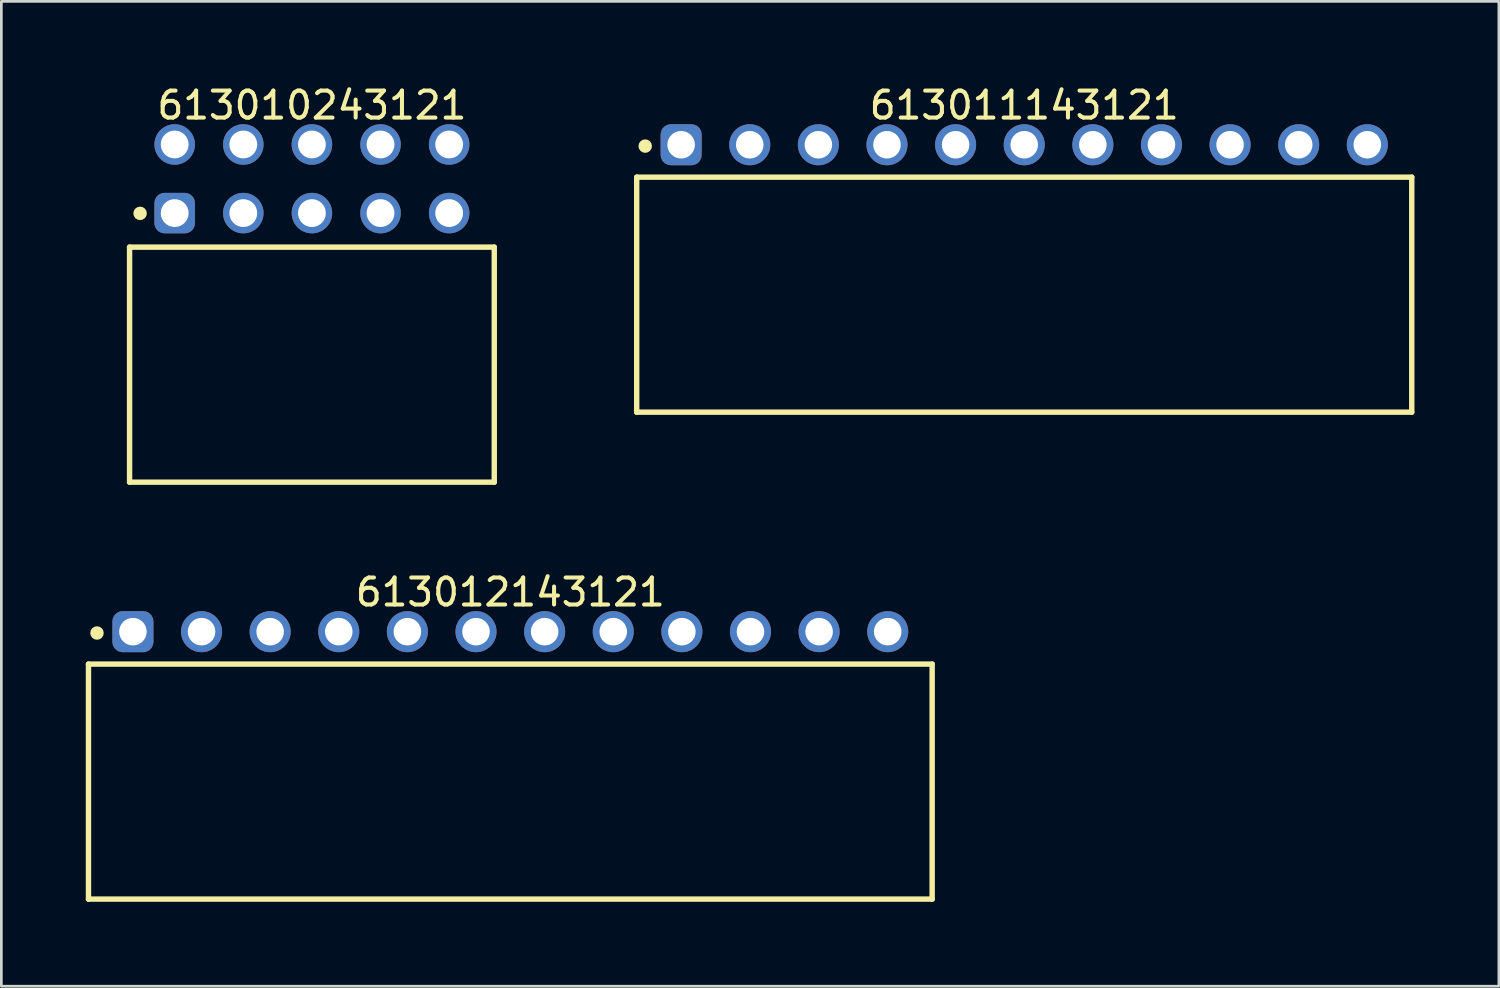
<source format=kicad_pcb>
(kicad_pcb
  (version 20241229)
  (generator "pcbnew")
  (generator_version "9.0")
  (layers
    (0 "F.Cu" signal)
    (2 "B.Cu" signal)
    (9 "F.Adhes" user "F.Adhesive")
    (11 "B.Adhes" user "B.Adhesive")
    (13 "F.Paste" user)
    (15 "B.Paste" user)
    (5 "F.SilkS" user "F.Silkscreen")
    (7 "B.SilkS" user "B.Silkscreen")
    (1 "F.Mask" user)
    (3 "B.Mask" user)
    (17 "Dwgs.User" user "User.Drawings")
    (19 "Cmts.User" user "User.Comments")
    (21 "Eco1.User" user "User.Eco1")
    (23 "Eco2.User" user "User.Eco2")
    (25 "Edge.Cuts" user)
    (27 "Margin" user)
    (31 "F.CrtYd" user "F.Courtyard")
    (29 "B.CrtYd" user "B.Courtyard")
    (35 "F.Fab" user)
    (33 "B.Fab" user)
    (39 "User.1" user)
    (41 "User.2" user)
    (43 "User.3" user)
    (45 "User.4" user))
  (footprint "613012143121"
    (layer "F.Cu")
    (at 15.84 25.882)
    (property "Reference" "613012143121" (at 0 -7.01 0) (layer "F.SilkS") (effects (font (size 1 1) (thickness 0.15))))
    (fp_line (start -15.615 -4.35) (end 15.615 -4.35) (stroke (width 0.2) (type solid)) (layer "F.SilkS"))
    (fp_line (start -15.615 4.35) (end -15.615 -4.35) (stroke (width 0.2) (type solid)) (layer "F.SilkS"))
    (fp_line (start -15.615 4.35) (end 15.615 4.35) (stroke (width 0.2) (type solid)) (layer "F.SilkS"))
    (fp_line (start 15.615 4.35) (end 15.615 -4.35) (stroke (width 0.2) (type solid)) (layer "F.SilkS"))
    (fp_circle (center -15.3 -5.5) (end -15.3 -5.625) (stroke (width 0.25) (type solid)) (fill no) (layer "F.SilkS"))
    (fp_line (start -15.815 -6.51) (end 15.815 -6.51) (stroke (width 0.05) (type solid)) (layer "Eco2.User"))
    (fp_line (start -15.815 4.55) (end -15.815 -6.51) (stroke (width 0.05) (type solid)) (layer "Eco2.User"))
    (fp_line (start -15.815 4.55) (end 15.815 4.55) (stroke (width 0.05) (type solid)) (layer "Eco2.User"))
    (fp_line (start -15.49 -4.25) (end 15.49 -4.25) (stroke (width 0.1) (type solid)) (layer "Eco2.User"))
    (fp_line (start -15.49 4.25) (end -15.49 -4.25) (stroke (width 0.1) (type solid)) (layer "Eco2.User"))
    (fp_line (start -15.49 4.25) (end 15.49 4.25) (stroke (width 0.1) (type solid)) (layer "Eco2.User"))
    (fp_line (start -14.34 -5.75) (end -13.6 -5.75) (stroke (width 0.1) (type solid)) (layer "Eco2.User"))
    (fp_line (start -14.34 -4.25) (end -14.34 -5.75) (stroke (width 0.1) (type solid)) (layer "Eco2.User"))
    (fp_line (start -13.6 -4.25) (end -13.6 -5.75) (stroke (width 0.1) (type solid)) (layer "Eco2.User"))
    (fp_line (start -11.8 -5.75) (end -11.06 -5.75) (stroke (width 0.1) (type solid)) (layer "Eco2.User"))
    (fp_line (start -11.8 -4.25) (end -11.8 -5.75) (stroke (width 0.1) (type solid)) (layer "Eco2.User"))
    (fp_line (start -11.06 -4.25) (end -11.06 -5.75) (stroke (width 0.1) (type solid)) (layer "Eco2.User"))
    (fp_line (start -9.26 -5.75) (end -8.52 -5.75) (stroke (width 0.1) (type solid)) (layer "Eco2.User"))
    (fp_line (start -9.26 -4.25) (end -9.26 -5.75) (stroke (width 0.1) (type solid)) (layer "Eco2.User"))
    (fp_line (start -8.52 -4.25) (end -8.52 -5.75) (stroke (width 0.1) (type solid)) (layer "Eco2.User"))
    (fp_line (start -6.72 -5.75) (end -5.98 -5.75) (stroke (width 0.1) (type solid)) (layer "Eco2.User"))
    (fp_line (start -6.72 -4.25) (end -6.72 -5.75) (stroke (width 0.1) (type solid)) (layer "Eco2.User"))
    (fp_line (start -5.98 -4.25) (end -5.98 -5.75) (stroke (width 0.1) (type solid)) (layer "Eco2.User"))
    (fp_line (start -4.18 -5.75) (end -3.44 -5.75) (stroke (width 0.1) (type solid)) (layer "Eco2.User"))
    (fp_line (start -4.18 -4.25) (end -4.18 -5.75) (stroke (width 0.1) (type solid)) (layer "Eco2.User"))
    (fp_line (start -3.44 -4.25) (end -3.44 -5.75) (stroke (width 0.1) (type solid)) (layer "Eco2.User"))
    (fp_line (start -1.64 -5.75) (end -0.9 -5.75) (stroke (width 0.1) (type solid)) (layer "Eco2.User"))
    (fp_line (start -1.64 -4.25) (end -1.64 -5.75) (stroke (width 0.1) (type solid)) (layer "Eco2.User"))
    (fp_line (start -0.9 -4.25) (end -0.9 -5.75) (stroke (width 0.1) (type solid)) (layer "Eco2.User"))
    (fp_line (start -0.5 0) (end 0.5 0) (stroke (width 0.05) (type solid)) (layer "Eco2.User"))
    (fp_line (start 0 0.5) (end 0 -0.5) (stroke (width 0.05) (type solid)) (layer "Eco2.User"))
    (fp_line (start 0.9 -5.75) (end 1.64 -5.75) (stroke (width 0.1) (type solid)) (layer "Eco2.User"))
    (fp_line (start 0.9 -4.25) (end 0.9 -5.75) (stroke (width 0.1) (type solid)) (layer "Eco2.User"))
    (fp_line (start 1.64 -4.25) (end 1.64 -5.75) (stroke (width 0.1) (type solid)) (layer "Eco2.User"))
    (fp_line (start 3.44 -5.75) (end 4.18 -5.75) (stroke (width 0.1) (type solid)) (layer "Eco2.User"))
    (fp_line (start 3.44 -4.25) (end 3.44 -5.75) (stroke (width 0.1) (type solid)) (layer "Eco2.User"))
    (fp_line (start 4.18 -4.25) (end 4.18 -5.75) (stroke (width 0.1) (type solid)) (layer "Eco2.User"))
    (fp_line (start 5.98 -5.75) (end 6.72 -5.75) (stroke (width 0.1) (type solid)) (layer "Eco2.User"))
    (fp_line (start 5.98 -4.25) (end 5.98 -5.75) (stroke (width 0.1) (type solid)) (layer "Eco2.User"))
    (fp_line (start 6.72 -4.25) (end 6.72 -5.75) (stroke (width 0.1) (type solid)) (layer "Eco2.User"))
    (fp_line (start 8.52 -5.75) (end 9.26 -5.75) (stroke (width 0.1) (type solid)) (layer "Eco2.User"))
    (fp_line (start 8.52 -4.25) (end 8.52 -5.75) (stroke (width 0.1) (type solid)) (layer "Eco2.User"))
    (fp_line (start 9.26 -4.25) (end 9.26 -5.75) (stroke (width 0.1) (type solid)) (layer "Eco2.User"))
    (fp_line (start 11.06 -5.75) (end 11.8 -5.75) (stroke (width 0.1) (type solid)) (layer "Eco2.User"))
    (fp_line (start 11.06 -4.25) (end 11.06 -5.75) (stroke (width 0.1) (type solid)) (layer "Eco2.User"))
    (fp_line (start 11.8 -4.25) (end 11.8 -5.75) (stroke (width 0.1) (type solid)) (layer "Eco2.User"))
    (fp_line (start 13.6 -5.75) (end 14.34 -5.75) (stroke (width 0.1) (type solid)) (layer "Eco2.User"))
    (fp_line (start 13.6 -4.25) (end 13.6 -5.75) (stroke (width 0.1) (type solid)) (layer "Eco2.User"))
    (fp_line (start 14.34 -4.25) (end 14.34 -5.75) (stroke (width 0.1) (type solid)) (layer "Eco2.User"))
    (fp_line (start 15.49 4.25) (end 15.49 -4.25) (stroke (width 0.1) (type solid)) (layer "Eco2.User"))
    (fp_line (start 15.815 4.55) (end 15.815 -6.51) (stroke (width 0.05) (type solid)) (layer "Eco2.User"))
    (fp_text user "${REFERENCE}" (at 0.15 -0.197 0) (unlocked yes) (layer "User.3") (effects (font (size 1.5 1.5) (thickness 0.15))))
    (pad "1" thru_hole roundrect (at -13.97 -5.55) (size 1.52 1.52) (drill 1.02) (layers "*.Cu" "*.Mask") (roundrect_rratio 0.25))
    (pad "2" thru_hole circle (at -11.43 -5.55) (size 1.52 1.52) (drill 1.02) (layers "*.Cu" "*.Mask"))
    (pad "3" thru_hole circle (at -8.89 -5.55) (size 1.52 1.52) (drill 1.02) (layers "*.Cu" "*.Mask"))
    (pad "4" thru_hole circle (at -6.35 -5.55) (size 1.52 1.52) (drill 1.02) (layers "*.Cu" "*.Mask"))
    (pad "5" thru_hole circle (at -3.81 -5.55) (size 1.52 1.52) (drill 1.02) (layers "*.Cu" "*.Mask"))
    (pad "6" thru_hole circle (at -1.27 -5.55) (size 1.52 1.52) (drill 1.02) (layers "*.Cu" "*.Mask"))
    (pad "7" thru_hole circle (at 1.27 -5.55) (size 1.52 1.52) (drill 1.02) (layers "*.Cu" "*.Mask"))
    (pad "8" thru_hole circle (at 3.81 -5.55) (size 1.52 1.52) (drill 1.02) (layers "*.Cu" "*.Mask"))
    (pad "9" thru_hole circle (at 6.35 -5.55) (size 1.52 1.52) (drill 1.02) (layers "*.Cu" "*.Mask"))
    (pad "10" thru_hole circle (at 8.89 -5.55) (size 1.52 1.52) (drill 1.02) (layers "*.Cu" "*.Mask"))
    (pad "11" thru_hole circle (at 11.43 -5.55) (size 1.52 1.52) (drill 1.02) (layers "*.Cu" "*.Mask"))
    (pad "12" thru_hole circle (at 13.97 -5.55) (size 1.52 1.52) (drill 1.02) (layers "*.Cu" "*.Mask")))
  (footprint "613010243121"
    (layer "F.Cu")
    (at 8.496 10.448)
    (property "Reference" "613010243121" (at 0 -9.6 0) (layer "F.SilkS") (effects (font (size 1 1) (thickness 0.15))))
    (fp_line (start -6.75 -4.35) (end 6.75 -4.35) (stroke (width 0.2) (type solid)) (layer "F.SilkS"))
    (fp_line (start -6.75 4.35) (end -6.75 -4.35) (stroke (width 0.2) (type solid)) (layer "F.SilkS"))
    (fp_line (start -6.75 4.35) (end 6.75 4.35) (stroke (width 0.2) (type solid)) (layer "F.SilkS"))
    (fp_line (start 6.75 4.35) (end 6.75 -4.35) (stroke (width 0.2) (type solid)) (layer "F.SilkS"))
    (fp_circle (center -6.36 -5.6) (end -6.36 -5.725) (stroke (width 0.25) (type solid)) (fill no) (layer "F.SilkS"))
    (fp_line (start -6.95 -9.1) (end 6.95 -9.1) (stroke (width 0.05) (type solid)) (layer "Eco2.User"))
    (fp_line (start -6.95 4.55) (end -6.95 -9.1) (stroke (width 0.05) (type solid)) (layer "Eco2.User"))
    (fp_line (start -6.95 4.55) (end 6.95 4.55) (stroke (width 0.05) (type solid)) (layer "Eco2.User"))
    (fp_line (start -6.6 -4.25) (end 6.6 -4.25) (stroke (width 0.1) (type solid)) (layer "Eco2.User"))
    (fp_line (start -6.6 4.25) (end -6.6 -4.25) (stroke (width 0.1) (type solid)) (layer "Eco2.User"))
    (fp_line (start -6.6 4.25) (end 6.6 4.25) (stroke (width 0.1) (type solid)) (layer "Eco2.User"))
    (fp_line (start -5.45 -8.35) (end -4.71 -8.35) (stroke (width 0.1) (type solid)) (layer "Eco2.User"))
    (fp_line (start -5.45 -5.81) (end -4.71 -5.81) (stroke (width 0.1) (type solid)) (layer "Eco2.User"))
    (fp_line (start -5.45 -4.25) (end -5.45 -8.35) (stroke (width 0.1) (type solid)) (layer "Eco2.User"))
    (fp_line (start -4.71 -4.25) (end -4.71 -8.35) (stroke (width 0.1) (type solid)) (layer "Eco2.User"))
    (fp_line (start -2.91 -8.35) (end -2.17 -8.35) (stroke (width 0.1) (type solid)) (layer "Eco2.User"))
    (fp_line (start -2.91 -5.81) (end -2.17 -5.81) (stroke (width 0.1) (type solid)) (layer "Eco2.User"))
    (fp_line (start -2.91 -4.25) (end -2.91 -8.35) (stroke (width 0.1) (type solid)) (layer "Eco2.User"))
    (fp_line (start -2.17 -4.25) (end -2.17 -8.35) (stroke (width 0.1) (type solid)) (layer "Eco2.User"))
    (fp_line (start -0.5 0) (end 0.5 0) (stroke (width 0.05) (type solid)) (layer "Eco2.User"))
    (fp_line (start -0.37 -8.35) (end 0.37 -8.35) (stroke (width 0.1) (type solid)) (layer "Eco2.User"))
    (fp_line (start -0.37 -5.81) (end 0.37 -5.81) (stroke (width 0.1) (type solid)) (layer "Eco2.User"))
    (fp_line (start -0.37 -4.25) (end -0.37 -8.35) (stroke (width 0.1) (type solid)) (layer "Eco2.User"))
    (fp_line (start 0 0.5) (end 0 -0.5) (stroke (width 0.05) (type solid)) (layer "Eco2.User"))
    (fp_line (start 0.37 -4.25) (end 0.37 -8.35) (stroke (width 0.1) (type solid)) (layer "Eco2.User"))
    (fp_line (start 2.17 -8.35) (end 2.91 -8.35) (stroke (width 0.1) (type solid)) (layer "Eco2.User"))
    (fp_line (start 2.17 -5.81) (end 2.91 -5.81) (stroke (width 0.1) (type solid)) (layer "Eco2.User"))
    (fp_line (start 2.17 -4.25) (end 2.17 -8.35) (stroke (width 0.1) (type solid)) (layer "Eco2.User"))
    (fp_line (start 2.91 -4.25) (end 2.91 -8.35) (stroke (width 0.1) (type solid)) (layer "Eco2.User"))
    (fp_line (start 4.71 -8.35) (end 5.45 -8.35) (stroke (width 0.1) (type solid)) (layer "Eco2.User"))
    (fp_line (start 4.71 -5.81) (end 5.45 -5.81) (stroke (width 0.1) (type solid)) (layer "Eco2.User"))
    (fp_line (start 4.71 -4.25) (end 4.71 -8.35) (stroke (width 0.1) (type solid)) (layer "Eco2.User"))
    (fp_line (start 5.45 -4.25) (end 5.45 -8.35) (stroke (width 0.1) (type solid)) (layer "Eco2.User"))
    (fp_line (start 6.6 4.25) (end 6.6 -4.25) (stroke (width 0.1) (type solid)) (layer "Eco2.User"))
    (fp_line (start 6.95 4.55) (end 6.95 -9.1) (stroke (width 0.05) (type solid)) (layer "Eco2.User"))
    (fp_text user "${REFERENCE}" (at 0.15 -0.197 0) (unlocked yes) (layer "User.3") (effects (font (size 1.5 1.5) (thickness 0.15))))
    (pad "1" thru_hole roundrect (at -5.08 -5.61) (size 1.5 1.5) (drill 1.03) (layers "*.Cu" "*.Mask") (roundrect_rratio 0.25))
    (pad "2" thru_hole circle (at -5.08 -8.15) (size 1.5 1.5) (drill 1.03) (layers "*.Cu" "*.Mask"))
    (pad "3" thru_hole circle (at -2.54 -5.61) (size 1.5 1.5) (drill 1.03) (layers "*.Cu" "*.Mask"))
    (pad "4" thru_hole circle (at -2.54 -8.15) (size 1.5 1.5) (drill 1.03) (layers "*.Cu" "*.Mask"))
    (pad "5" thru_hole circle (at 0 -5.61) (size 1.5 1.5) (drill 1.03) (layers "*.Cu" "*.Mask"))
    (pad "6" thru_hole circle (at 0 -8.15) (size 1.5 1.5) (drill 1.03) (layers "*.Cu" "*.Mask"))
    (pad "7" thru_hole circle (at 2.54 -5.61) (size 1.5 1.5) (drill 1.03) (layers "*.Cu" "*.Mask"))
    (pad "8" thru_hole circle (at 2.54 -8.15) (size 1.5 1.5) (drill 1.03) (layers "*.Cu" "*.Mask"))
    (pad "9" thru_hole circle (at 5.08 -5.61) (size 1.5 1.5) (drill 1.03) (layers "*.Cu" "*.Mask"))
    (pad "10" thru_hole circle (at 5.08 -8.15) (size 1.5 1.5) (drill 1.03) (layers "*.Cu" "*.Mask")))
  (footprint "613011143121"
    (layer "F.Cu")
    (at 34.863 7.858)
    (property "Reference" "613011143121" (at 0 -7.01 0) (layer "F.SilkS") (effects (font (size 1 1) (thickness 0.15))))
    (fp_line (start -14.345 -4.35) (end 14.345 -4.35) (stroke (width 0.2) (type solid)) (layer "F.SilkS"))
    (fp_line (start -14.345 4.35) (end -14.345 -4.35) (stroke (width 0.2) (type solid)) (layer "F.SilkS"))
    (fp_line (start -14.345 4.35) (end 14.345 4.35) (stroke (width 0.2) (type solid)) (layer "F.SilkS"))
    (fp_line (start 14.345 4.35) (end 14.345 -4.35) (stroke (width 0.2) (type solid)) (layer "F.SilkS"))
    (fp_circle (center -14.03 -5.5) (end -14.03 -5.625) (stroke (width 0.25) (type solid)) (fill no) (layer "F.SilkS"))
    (fp_line (start -14.545 -6.51) (end 14.545 -6.51) (stroke (width 0.05) (type solid)) (layer "Eco2.User"))
    (fp_line (start -14.545 4.55) (end -14.545 -6.51) (stroke (width 0.05) (type solid)) (layer "Eco2.User"))
    (fp_line (start -14.545 4.55) (end 14.545 4.55) (stroke (width 0.05) (type solid)) (layer "Eco2.User"))
    (fp_line (start -14.22 -4.25) (end 14.22 -4.25) (stroke (width 0.1) (type solid)) (layer "Eco2.User"))
    (fp_line (start -14.22 4.25) (end -14.22 -4.25) (stroke (width 0.1) (type solid)) (layer "Eco2.User"))
    (fp_line (start -14.22 4.25) (end 14.22 4.25) (stroke (width 0.1) (type solid)) (layer "Eco2.User"))
    (fp_line (start -13.07 -5.75) (end -12.33 -5.75) (stroke (width 0.1) (type solid)) (layer "Eco2.User"))
    (fp_line (start -13.07 -4.25) (end -13.07 -5.75) (stroke (width 0.1) (type solid)) (layer "Eco2.User"))
    (fp_line (start -12.33 -4.25) (end -12.33 -5.75) (stroke (width 0.1) (type solid)) (layer "Eco2.User"))
    (fp_line (start -10.53 -5.75) (end -9.79 -5.75) (stroke (width 0.1) (type solid)) (layer "Eco2.User"))
    (fp_line (start -10.53 -4.25) (end -10.53 -5.75) (stroke (width 0.1) (type solid)) (layer "Eco2.User"))
    (fp_line (start -9.79 -4.25) (end -9.79 -5.75) (stroke (width 0.1) (type solid)) (layer "Eco2.User"))
    (fp_line (start -7.99 -5.75) (end -7.25 -5.75) (stroke (width 0.1) (type solid)) (layer "Eco2.User"))
    (fp_line (start -7.99 -4.25) (end -7.99 -5.75) (stroke (width 0.1) (type solid)) (layer "Eco2.User"))
    (fp_line (start -7.25 -4.25) (end -7.25 -5.75) (stroke (width 0.1) (type solid)) (layer "Eco2.User"))
    (fp_line (start -5.45 -5.75) (end -4.71 -5.75) (stroke (width 0.1) (type solid)) (layer "Eco2.User"))
    (fp_line (start -5.45 -4.25) (end -5.45 -5.75) (stroke (width 0.1) (type solid)) (layer "Eco2.User"))
    (fp_line (start -4.71 -4.25) (end -4.71 -5.75) (stroke (width 0.1) (type solid)) (layer "Eco2.User"))
    (fp_line (start -2.91 -5.75) (end -2.17 -5.75) (stroke (width 0.1) (type solid)) (layer "Eco2.User"))
    (fp_line (start -2.91 -4.25) (end -2.91 -5.75) (stroke (width 0.1) (type solid)) (layer "Eco2.User"))
    (fp_line (start -2.17 -4.25) (end -2.17 -5.75) (stroke (width 0.1) (type solid)) (layer "Eco2.User"))
    (fp_line (start -0.5 0) (end 0.5 0) (stroke (width 0.05) (type solid)) (layer "Eco2.User"))
    (fp_line (start -0.37 -5.75) (end 0.37 -5.75) (stroke (width 0.1) (type solid)) (layer "Eco2.User"))
    (fp_line (start -0.37 -4.25) (end -0.37 -5.75) (stroke (width 0.1) (type solid)) (layer "Eco2.User"))
    (fp_line (start 0 0.5) (end 0 -0.5) (stroke (width 0.05) (type solid)) (layer "Eco2.User"))
    (fp_line (start 0.37 -4.25) (end 0.37 -5.75) (stroke (width 0.1) (type solid)) (layer "Eco2.User"))
    (fp_line (start 2.17 -5.75) (end 2.91 -5.75) (stroke (width 0.1) (type solid)) (layer "Eco2.User"))
    (fp_line (start 2.17 -4.25) (end 2.17 -5.75) (stroke (width 0.1) (type solid)) (layer "Eco2.User"))
    (fp_line (start 2.91 -4.25) (end 2.91 -5.75) (stroke (width 0.1) (type solid)) (layer "Eco2.User"))
    (fp_line (start 4.71 -5.75) (end 5.45 -5.75) (stroke (width 0.1) (type solid)) (layer "Eco2.User"))
    (fp_line (start 4.71 -4.25) (end 4.71 -5.75) (stroke (width 0.1) (type solid)) (layer "Eco2.User"))
    (fp_line (start 5.45 -4.25) (end 5.45 -5.75) (stroke (width 0.1) (type solid)) (layer "Eco2.User"))
    (fp_line (start 7.25 -5.75) (end 7.99 -5.75) (stroke (width 0.1) (type solid)) (layer "Eco2.User"))
    (fp_line (start 7.25 -4.25) (end 7.25 -5.75) (stroke (width 0.1) (type solid)) (layer "Eco2.User"))
    (fp_line (start 7.99 -4.25) (end 7.99 -5.75) (stroke (width 0.1) (type solid)) (layer "Eco2.User"))
    (fp_line (start 9.79 -5.75) (end 10.53 -5.75) (stroke (width 0.1) (type solid)) (layer "Eco2.User"))
    (fp_line (start 9.79 -4.25) (end 9.79 -5.75) (stroke (width 0.1) (type solid)) (layer "Eco2.User"))
    (fp_line (start 10.53 -4.25) (end 10.53 -5.75) (stroke (width 0.1) (type solid)) (layer "Eco2.User"))
    (fp_line (start 12.33 -5.75) (end 13.07 -5.75) (stroke (width 0.1) (type solid)) (layer "Eco2.User"))
    (fp_line (start 12.33 -4.25) (end 12.33 -5.75) (stroke (width 0.1) (type solid)) (layer "Eco2.User"))
    (fp_line (start 13.07 -4.25) (end 13.07 -5.75) (stroke (width 0.1) (type solid)) (layer "Eco2.User"))
    (fp_line (start 14.22 4.25) (end 14.22 -4.25) (stroke (width 0.1) (type solid)) (layer "Eco2.User"))
    (fp_line (start 14.545 4.55) (end 14.545 -6.51) (stroke (width 0.05) (type solid)) (layer "Eco2.User"))
    (fp_text user "${REFERENCE}" (at 0.15 -0.197 0) (unlocked yes) (layer "User.3") (effects (font (size 1.5 1.5) (thickness 0.15))))
    (pad "1" thru_hole roundrect (at -12.7 -5.55) (size 1.52 1.52) (drill 1.02) (layers "*.Cu" "*.Mask") (roundrect_rratio 0.25))
    (pad "2" thru_hole circle (at -10.16 -5.55) (size 1.52 1.52) (drill 1.02) (layers "*.Cu" "*.Mask"))
    (pad "3" thru_hole circle (at -7.62 -5.55) (size 1.52 1.52) (drill 1.02) (layers "*.Cu" "*.Mask"))
    (pad "4" thru_hole circle (at -5.08 -5.55) (size 1.52 1.52) (drill 1.02) (layers "*.Cu" "*.Mask"))
    (pad "5" thru_hole circle (at -2.54 -5.55) (size 1.52 1.52) (drill 1.02) (layers "*.Cu" "*.Mask"))
    (pad "6" thru_hole circle (at 0 -5.55) (size 1.52 1.52) (drill 1.02) (layers "*.Cu" "*.Mask"))
    (pad "7" thru_hole circle (at 2.54 -5.55) (size 1.52 1.52) (drill 1.02) (layers "*.Cu" "*.Mask"))
    (pad "8" thru_hole circle (at 5.08 -5.55) (size 1.52 1.52) (drill 1.02) (layers "*.Cu" "*.Mask"))
    (pad "9" thru_hole circle (at 7.62 -5.55) (size 1.52 1.52) (drill 1.02) (layers "*.Cu" "*.Mask"))
    (pad "10" thru_hole circle (at 10.16 -5.55) (size 1.52 1.52) (drill 1.02) (layers "*.Cu" "*.Mask"))
    (pad "11" thru_hole circle (at 12.7 -5.55) (size 1.52 1.52) (drill 1.02) (layers "*.Cu" "*.Mask")))
  (gr_rect
    (start -3 -3)
    (end 52.433 33.457)
    (stroke (width 0.1) (type default))
    (fill no)
    (layer "Edge.Cuts")))
</source>
